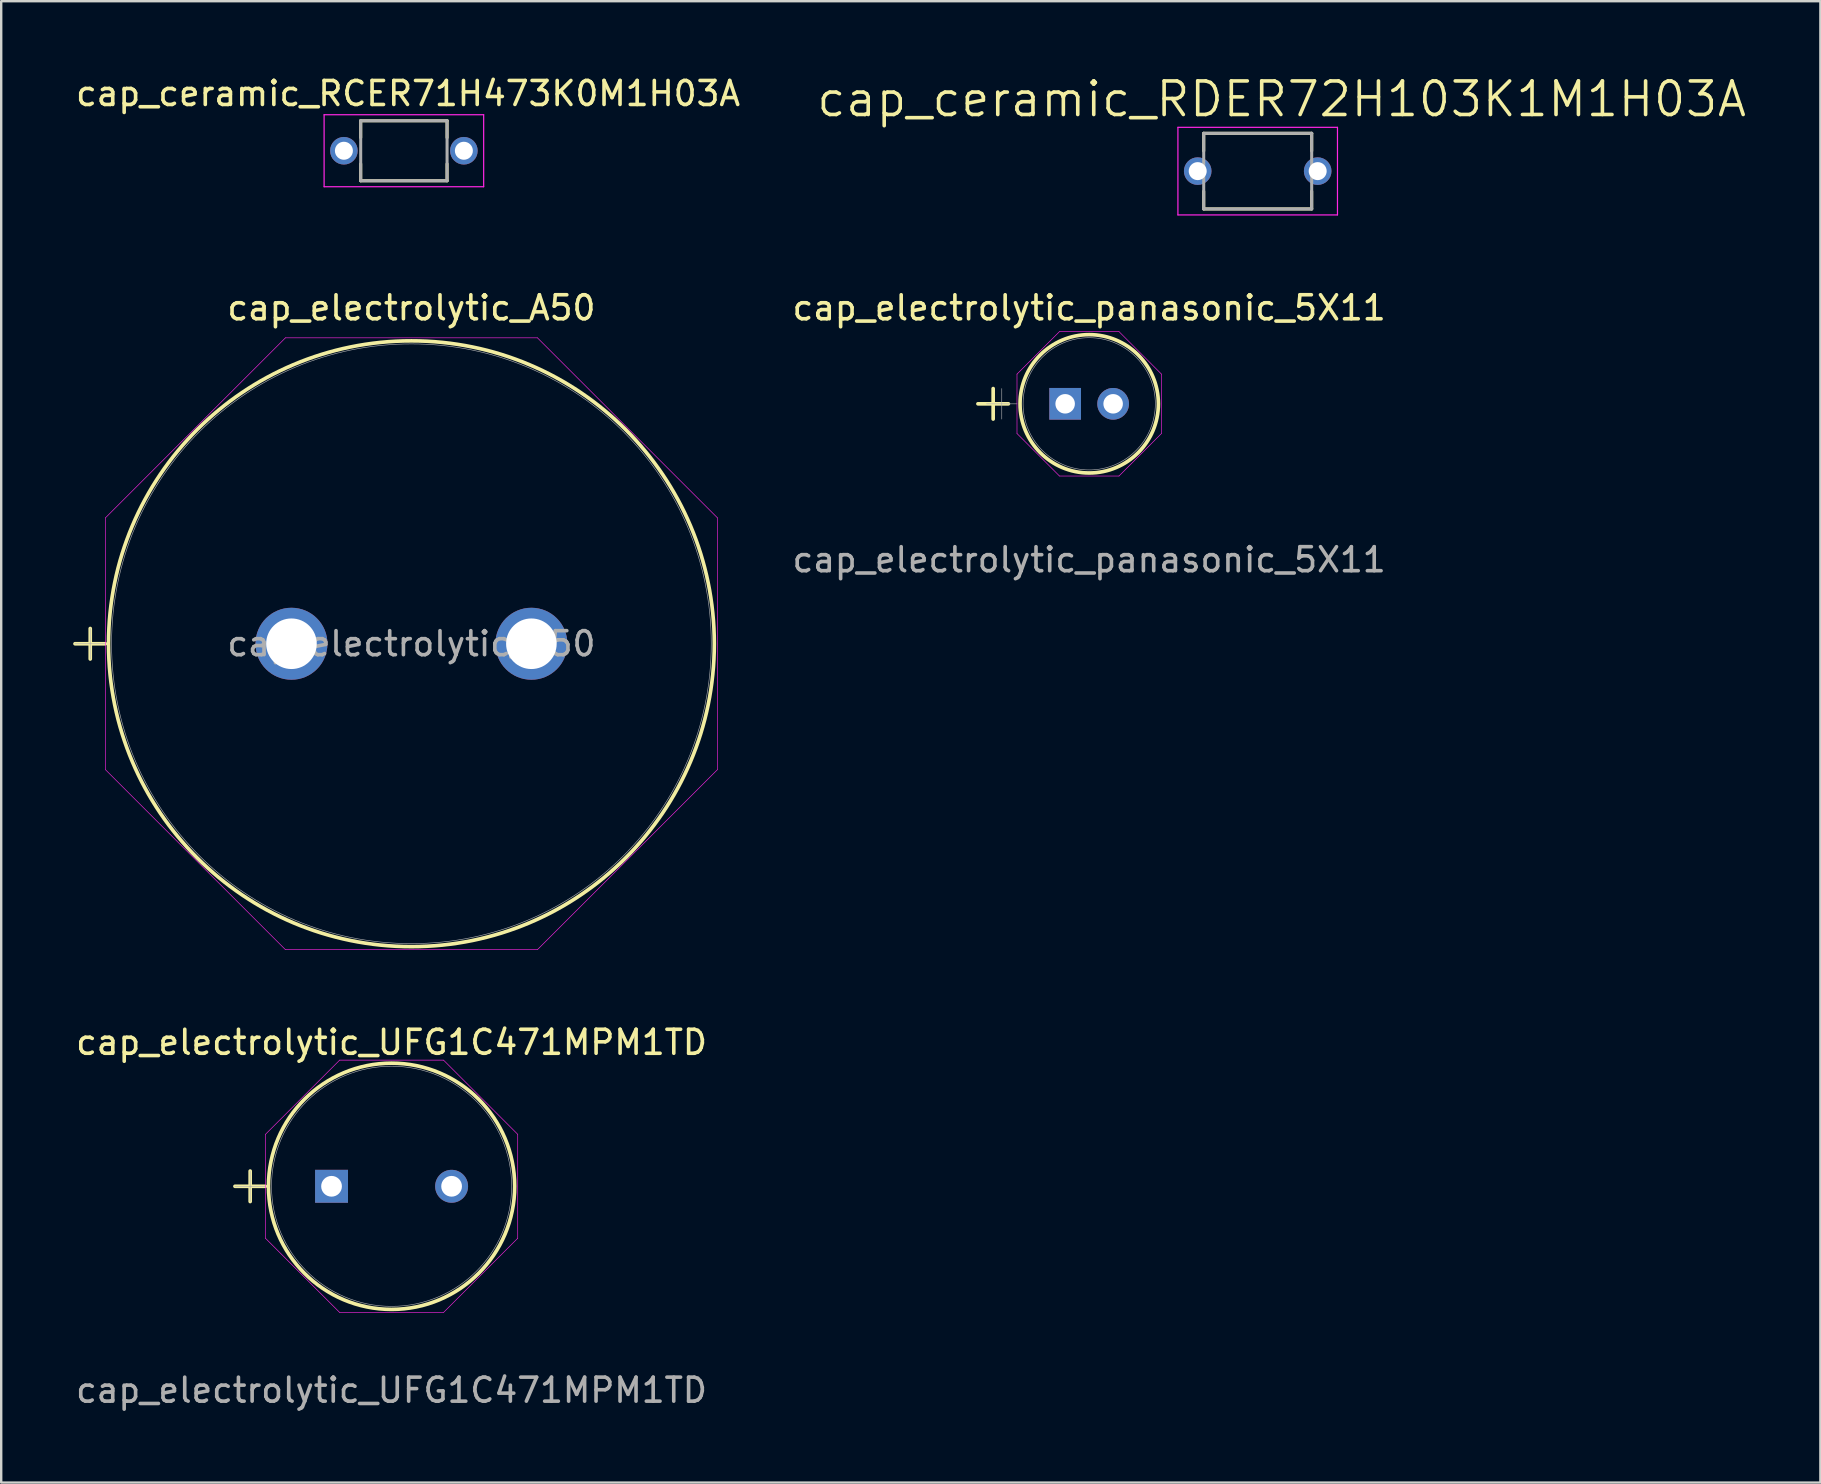
<source format=kicad_pcb>
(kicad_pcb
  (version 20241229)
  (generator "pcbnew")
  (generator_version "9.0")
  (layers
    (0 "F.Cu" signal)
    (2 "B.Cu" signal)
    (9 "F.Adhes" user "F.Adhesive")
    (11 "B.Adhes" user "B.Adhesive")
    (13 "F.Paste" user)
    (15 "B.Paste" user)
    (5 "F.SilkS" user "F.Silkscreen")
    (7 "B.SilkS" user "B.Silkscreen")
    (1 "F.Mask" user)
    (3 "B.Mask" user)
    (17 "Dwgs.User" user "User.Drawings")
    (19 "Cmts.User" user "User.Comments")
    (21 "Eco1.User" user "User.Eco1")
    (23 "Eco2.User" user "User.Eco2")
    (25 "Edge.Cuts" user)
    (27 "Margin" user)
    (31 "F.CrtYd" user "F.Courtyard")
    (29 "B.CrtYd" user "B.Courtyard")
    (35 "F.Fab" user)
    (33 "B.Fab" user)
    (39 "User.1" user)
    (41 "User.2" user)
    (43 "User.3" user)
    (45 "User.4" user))
  (footprint "cap_electrolytic_A50"
    (layer "F.Cu")
    (at 9.097 23.78)
    (property "Reference" "cap_electrolytic_A50" (at 5 -14 0) (unlocked yes) (layer "F.SilkS") (effects (font (size 1 1) (thickness 0.15))))
    (attr through_hole)
    (fp_line (start -9.021 0) (end -7.751 0) (stroke (width 0.152) (type solid)) (layer "F.SilkS"))
    (fp_line (start -8.386 -0.635) (end -8.386 0.635) (stroke (width 0.152) (type solid)) (layer "F.SilkS"))
    (fp_circle (center 5 0) (end 17.624 0) (stroke (width 0.152) (type solid)) (fill no) (layer "F.SilkS"))
    (fp_line (start -7.751 -5.25) (end -0.25 -12.751) (stroke (width 0.025) (type solid)) (layer "F.CrtYd"))
    (fp_line (start -7.751 5.25) (end -7.751 -5.25) (stroke (width 0.025) (type solid)) (layer "F.CrtYd"))
    (fp_line (start -0.25 -12.751) (end 10.25 -12.751) (stroke (width 0.025) (type solid)) (layer "F.CrtYd"))
    (fp_line (start -0.25 12.751) (end -7.751 5.25) (stroke (width 0.025) (type solid)) (layer "F.CrtYd"))
    (fp_line (start 10.25 -12.751) (end 17.751 -5.25) (stroke (width 0.025) (type solid)) (layer "F.CrtYd"))
    (fp_line (start 10.25 12.751) (end -0.25 12.751) (stroke (width 0.025) (type solid)) (layer "F.CrtYd"))
    (fp_line (start 17.751 -5.25) (end 17.751 5.25) (stroke (width 0.025) (type solid)) (layer "F.CrtYd"))
    (fp_line (start 17.751 5.25) (end 10.25 12.751) (stroke (width 0.025) (type solid)) (layer "F.CrtYd"))
    (fp_line (start -9.021 0) (end -7.751 0) (stroke (width 0.025) (type solid)) (layer "F.Fab"))
    (fp_line (start -8.386 -0.635) (end -8.386 0.635) (stroke (width 0.025) (type solid)) (layer "F.Fab"))
    (fp_circle (center 5 0) (end 17.497 0) (stroke (width 0.025) (type solid)) (fill no) (layer "F.Fab"))
    (fp_text user "${REFERENCE}" (at 5 0 0) (unlocked yes) (layer "F.Fab") (effects (font (size 1 1) (thickness 0.15))))
    (pad "1" thru_hole circle (at 0 0) (size 3 3) (drill 2.108) (layers "*.Cu" "*.Mask"))
    (pad "2" thru_hole circle (at 10 0) (size 3 3) (drill 2.108) (layers "*.Cu" "*.Mask")))
  (footprint "cap_ceramic_RDER72H103K1M1H03A"
    (layer "F.Cu")
    (at 49.368 4.082)
    (property "Reference" "cap_ceramic_RDER72H103K1M1H03A" (at 1 -3 0) (layer "F.SilkS") (effects (font (size 1.4 1.4) (thickness 0.15))))
    (attr through_hole)
    (fp_line (start -2.25 -1.575) (end -2.25 -0.84) (stroke (width 0.127) (type solid)) (layer "F.SilkS"))
    (fp_line (start -2.25 -1.575) (end 2.25 -1.575) (stroke (width 0.127) (type solid)) (layer "F.SilkS"))
    (fp_line (start -2.25 1.575) (end -2.25 0.84) (stroke (width 0.127) (type solid)) (layer "F.SilkS"))
    (fp_line (start 2.25 -1.575) (end 2.25 -0.84) (stroke (width 0.127) (type solid)) (layer "F.SilkS"))
    (fp_line (start 2.25 1.575) (end -2.25 1.575) (stroke (width 0.127) (type solid)) (layer "F.SilkS"))
    (fp_line (start 2.25 1.575) (end 2.25 0.84) (stroke (width 0.127) (type solid)) (layer "F.SilkS"))
    (fp_line (start -3.325 -1.825) (end 3.325 -1.825) (stroke (width 0.05) (type solid)) (layer "F.CrtYd"))
    (fp_line (start -3.325 1.825) (end -3.325 -1.825) (stroke (width 0.05) (type solid)) (layer "F.CrtYd"))
    (fp_line (start 3.325 -1.825) (end 3.325 1.825) (stroke (width 0.05) (type solid)) (layer "F.CrtYd"))
    (fp_line (start 3.325 1.825) (end -3.325 1.825) (stroke (width 0.05) (type solid)) (layer "F.CrtYd"))
    (fp_line (start -2.25 -1.575) (end 2.25 -1.575) (stroke (width 0.127) (type solid)) (layer "F.Fab"))
    (fp_line (start -2.25 1.575) (end -2.25 -1.575) (stroke (width 0.127) (type solid)) (layer "F.Fab"))
    (fp_line (start 2.25 -1.575) (end 2.25 1.575) (stroke (width 0.127) (type solid)) (layer "F.Fab"))
    (fp_line (start 2.25 1.575) (end -2.25 1.575) (stroke (width 0.127) (type solid)) (layer "F.Fab"))
    (pad "1" thru_hole circle (at -2.5 0) (size 1.15 1.15) (drill 0.75) (layers "*.Cu" "*.Mask"))
    (pad "2" thru_hole circle (at 2.5 0) (size 1.15 1.15) (drill 0.75) (layers "*.Cu" "*.Mask")))
  (footprint "cap_electrolytic_panasonic_5X11"
    (layer "F.Cu")
    (at 41.343 13.78)
    (property "Reference" "cap_electrolytic_panasonic_5X11" (at 1 -4 0) (unlocked yes) (layer "F.SilkS") (effects (font (size 1 1) (thickness 0.15))))
    (attr through_hole)
    (fp_line (start -3.635 0) (end -2.365 0) (stroke (width 0.152) (type solid)) (layer "F.SilkS"))
    (fp_line (start -3 -0.635) (end -3 0.635) (stroke (width 0.152) (type solid)) (layer "F.SilkS"))
    (fp_circle (center 1.003 0) (end 3.886 0) (stroke (width 0.152) (type solid)) (fill no) (layer "F.SilkS"))
    (fp_line (start -2.007 -1.239) (end -0.236 -3.01) (stroke (width 0.025) (type solid)) (layer "F.CrtYd"))
    (fp_line (start -2.007 1.239) (end -2.007 -1.239) (stroke (width 0.025) (type solid)) (layer "F.CrtYd"))
    (fp_line (start -0.236 -3.01) (end 2.243 -3.01) (stroke (width 0.025) (type solid)) (layer "F.CrtYd"))
    (fp_line (start -0.236 3.01) (end -2.007 1.239) (stroke (width 0.025) (type solid)) (layer "F.CrtYd"))
    (fp_line (start 2.243 -3.01) (end 4.013 -1.239) (stroke (width 0.025) (type solid)) (layer "F.CrtYd"))
    (fp_line (start 2.243 3.01) (end -0.236 3.01) (stroke (width 0.025) (type solid)) (layer "F.CrtYd"))
    (fp_line (start 4.013 -1.239) (end 4.013 1.239) (stroke (width 0.025) (type solid)) (layer "F.CrtYd"))
    (fp_line (start 4.013 1.239) (end 2.243 3.01) (stroke (width 0.025) (type solid)) (layer "F.CrtYd"))
    (fp_line (start -3.277 0) (end -2.007 0) (stroke (width 0.025) (type solid)) (layer "F.Fab"))
    (fp_line (start -2.642 -0.635) (end -2.642 0.635) (stroke (width 0.025) (type solid)) (layer "F.Fab"))
    (fp_circle (center 1.003 0) (end 3.759 0) (stroke (width 0.025) (type solid)) (fill no) (layer "F.Fab"))
    (fp_text user "${REFERENCE}" (at 1 6.5 0) (unlocked yes) (layer "F.Fab") (effects (font (size 1 1) (thickness 0.15))))
    (pad "1" thru_hole rect (at 0 0) (size 1.321 1.321) (drill 0.813) (layers "*.Cu" "*.Mask"))
    (pad "2" thru_hole circle (at 2 0) (size 1.321 1.321) (drill 0.813) (layers "*.Cu" "*.Mask")))
  (footprint "cap_electrolytic_UFG1C471MPM1TD"
    (layer "F.Cu")
    (at 10.768 46.392)
    (property "Reference" "cap_electrolytic_UFG1C471MPM1TD" (at 2.502 -6 0) (unlocked yes) (layer "F.SilkS") (effects (font (size 1 1) (thickness 0.15))))
    (attr through_hole)
    (fp_line (start -4.026 0) (end -2.756 0) (stroke (width 0.152) (type solid)) (layer "F.SilkS"))
    (fp_line (start -3.391 -0.635) (end -3.391 0.635) (stroke (width 0.152) (type solid)) (layer "F.SilkS"))
    (fp_circle (center 2.502 0) (end 7.633 0) (stroke (width 0.152) (type solid)) (fill no) (layer "F.SilkS"))
    (fp_line (start -2.756 -2.165) (end 0.337 -5.258) (stroke (width 0.025) (type solid)) (layer "F.CrtYd"))
    (fp_line (start -2.756 2.165) (end -2.756 -2.165) (stroke (width 0.025) (type solid)) (layer "F.CrtYd"))
    (fp_line (start 0.337 -5.258) (end 4.667 -5.258) (stroke (width 0.025) (type solid)) (layer "F.CrtYd"))
    (fp_line (start 0.337 5.258) (end -2.756 2.165) (stroke (width 0.025) (type solid)) (layer "F.CrtYd"))
    (fp_line (start 4.667 -5.258) (end 7.76 -2.165) (stroke (width 0.025) (type solid)) (layer "F.CrtYd"))
    (fp_line (start 4.667 5.258) (end 0.337 5.258) (stroke (width 0.025) (type solid)) (layer "F.CrtYd"))
    (fp_line (start 7.76 -2.165) (end 7.76 2.165) (stroke (width 0.025) (type solid)) (layer "F.CrtYd"))
    (fp_line (start 7.76 2.165) (end 4.667 5.258) (stroke (width 0.025) (type solid)) (layer "F.CrtYd"))
    (fp_line (start -4.026 0) (end -2.756 0) (stroke (width 0.025) (type solid)) (layer "F.Fab"))
    (fp_line (start -3.391 -0.635) (end -3.391 0.635) (stroke (width 0.025) (type solid)) (layer "F.Fab"))
    (fp_circle (center 2.502 0) (end 7.506 0) (stroke (width 0.025) (type solid)) (fill no) (layer "F.Fab"))
    (fp_text user "${REFERENCE}" (at 2.5 8.5 0) (unlocked yes) (layer "F.Fab") (effects (font (size 1 1) (thickness 0.15))))
    (pad "1" thru_hole rect (at 0 0) (size 1.372 1.372) (drill 0.864) (layers "*.Cu" "*.Mask"))
    (pad "2" thru_hole circle (at 5.004 0) (size 1.372 1.372) (drill 0.864) (layers "*.Cu" "*.Mask")))
  (footprint "cap_ceramic_RCER71H473K0M1H03A"
    (layer "F.Cu")
    (at 13.783 3.233)
    (property "Reference" "cap_ceramic_RCER71H473K0M1H03A" (at 0.175 -2.385 0) (layer "F.SilkS") (effects (font (size 1 1) (thickness 0.15))))
    (attr through_hole)
    (fp_line (start -1.8 -1.25) (end 1.8 -1.25) (stroke (width 0.127) (type solid)) (layer "F.SilkS"))
    (fp_line (start -1.8 -0.547) (end -1.8 -1.25) (stroke (width 0.127) (type solid)) (layer "F.SilkS"))
    (fp_line (start -1.8 1.25) (end -1.8 0.547) (stroke (width 0.127) (type solid)) (layer "F.SilkS"))
    (fp_line (start 1.8 -0.547) (end 1.8 -1.25) (stroke (width 0.127) (type solid)) (layer "F.SilkS"))
    (fp_line (start 1.8 1.25) (end -1.8 1.25) (stroke (width 0.127) (type solid)) (layer "F.SilkS"))
    (fp_line (start 1.8 1.25) (end 1.8 0.547) (stroke (width 0.127) (type solid)) (layer "F.SilkS"))
    (fp_line (start -3.325 -1.5) (end 3.325 -1.5) (stroke (width 0.05) (type solid)) (layer "F.CrtYd"))
    (fp_line (start -3.325 1.5) (end -3.325 -1.5) (stroke (width 0.05) (type solid)) (layer "F.CrtYd"))
    (fp_line (start 3.325 -1.5) (end 3.325 1.5) (stroke (width 0.05) (type solid)) (layer "F.CrtYd"))
    (fp_line (start 3.325 1.5) (end -3.325 1.5) (stroke (width 0.05) (type solid)) (layer "F.CrtYd"))
    (fp_line (start -1.8 -1.25) (end 1.8 -1.25) (stroke (width 0.127) (type solid)) (layer "F.Fab"))
    (fp_line (start -1.8 1.25) (end -1.8 -1.25) (stroke (width 0.127) (type solid)) (layer "F.Fab"))
    (fp_line (start 1.8 -1.25) (end 1.8 1.25) (stroke (width 0.127) (type solid)) (layer "F.Fab"))
    (fp_line (start 1.8 1.25) (end -1.8 1.25) (stroke (width 0.127) (type solid)) (layer "F.Fab"))
    (pad "1" thru_hole circle (at -2.5 0) (size 1.15 1.15) (drill 0.75) (layers "*.Cu" "*.Mask"))
    (pad "2" thru_hole circle (at 2.5 0) (size 1.15 1.15) (drill 0.75) (layers "*.Cu" "*.Mask")))
  (gr_rect
    (start -3 -3)
    (end 72.82 58.74)
    (stroke (width 0.1) (type default))
    (fill no)
    (layer "Edge.Cuts")))
</source>
